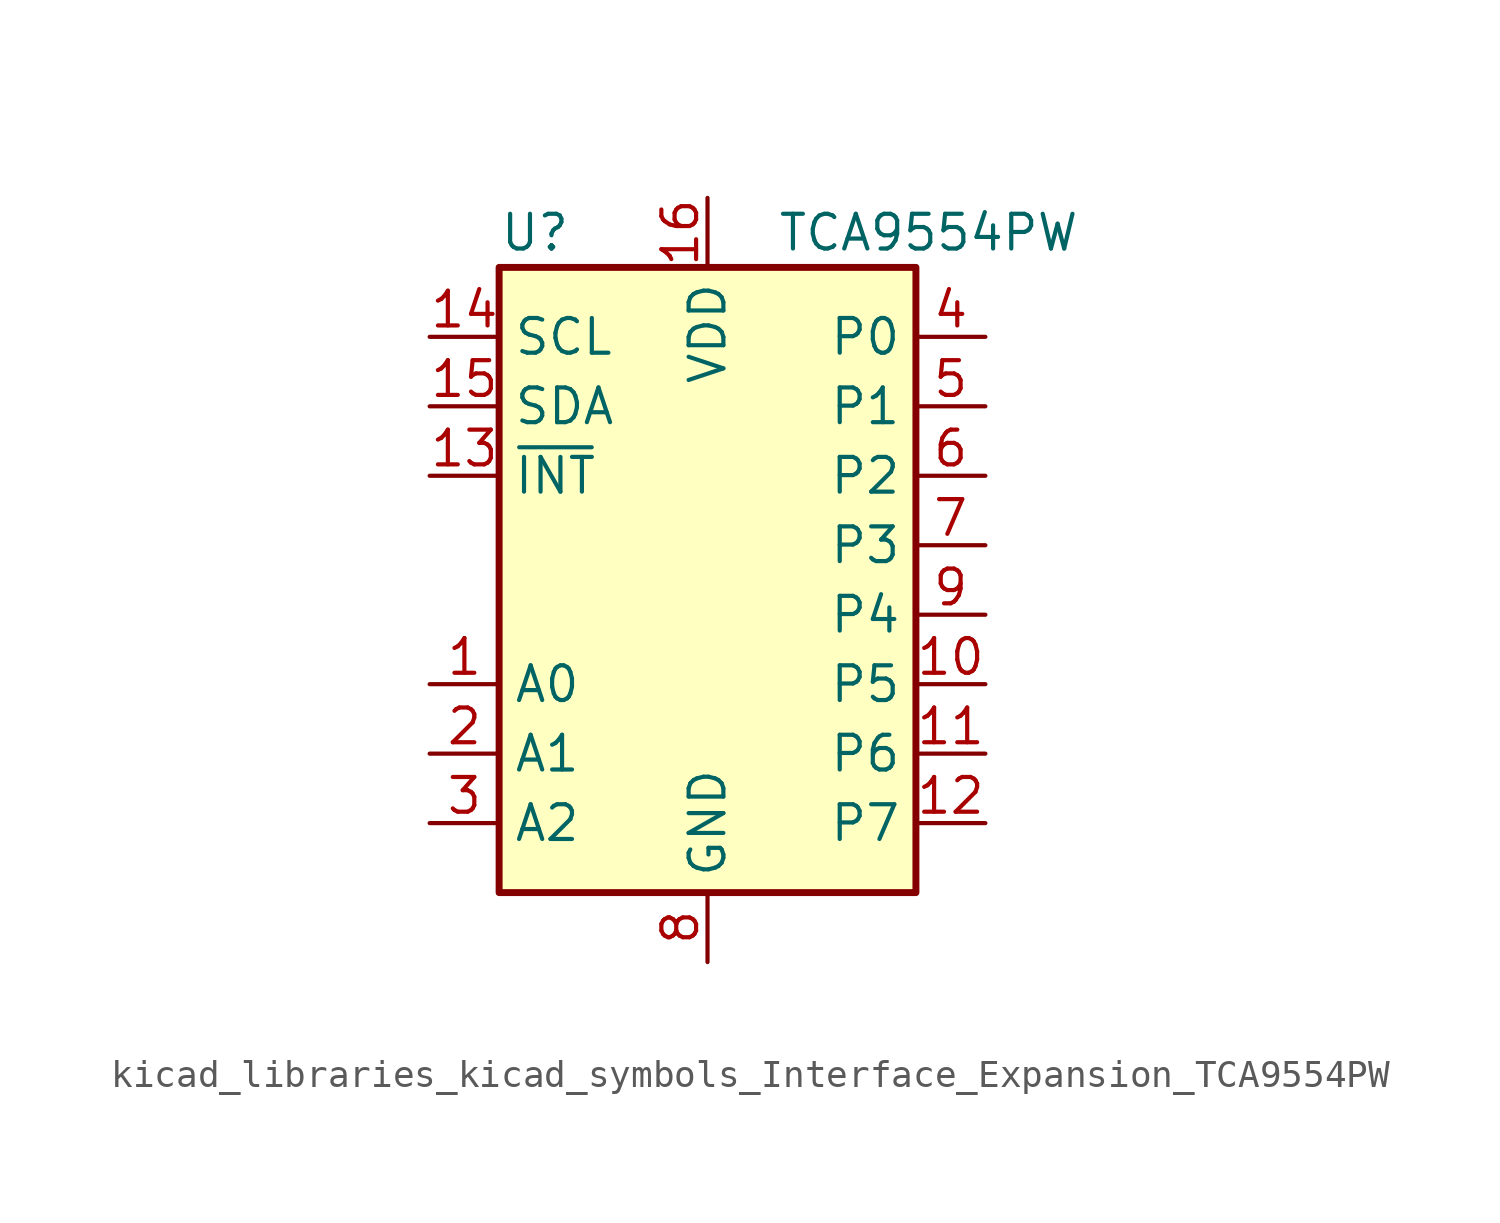
<source format=kicad_sym>
(kicad_symbol_lib
  (version 20220914)
  (generator kicad_symbol_editor)
  (symbol "kicad_libraries_kicad_symbols_Interface_Expansion_TCA9554PW"
    (property "Reference" "U"
      (at -7.62 11.43 0)
      (effects (font (size 1.27 1.27)) (justify left)))
    (property "Value" "TCA9554PW"
      (at 2.54 11.43 0)
      (effects (font (size 1.27 1.27)) (justify left)))
    (symbol "kicad_libraries_kicad_symbols_Interface_Expansion_TCA9554PW_0_1"
      (rectangle (start -7.62 -12.7) (end 7.62 10.16) (stroke (width 0.254) (type default)) (fill (type background))))
    (symbol "kicad_libraries_kicad_symbols_Interface_Expansion_TCA9554PW_1_1"
      (pin input line (at -10.16 -5.08 0) (length 2.54) (name "A0" (effects (font (size 1.27 1.27)))) (number "1" (effects (font (size 1.27 1.27)))))
      (pin bidirectional line (at 10.16 -5.08 180) (length 2.54) (name "P5" (effects (font (size 1.27 1.27)))) (number "10" (effects (font (size 1.27 1.27)))))
      (pin bidirectional line (at 10.16 -7.62 180) (length 2.54) (name "P6" (effects (font (size 1.27 1.27)))) (number "11" (effects (font (size 1.27 1.27)))))
      (pin bidirectional line (at 10.16 -10.16 180) (length 2.54) (name "P7" (effects (font (size 1.27 1.27)))) (number "12" (effects (font (size 1.27 1.27)))))
      (pin open_collector line (at -10.16 2.54 0) (length 2.54) (name "~{INT}" (effects (font (size 1.27 1.27)))) (number "13" (effects (font (size 1.27 1.27)))))
      (pin input line (at -10.16 7.62 0) (length 2.54) (name "SCL" (effects (font (size 1.27 1.27)))) (number "14" (effects (font (size 1.27 1.27)))))
      (pin bidirectional line (at -10.16 5.08 0) (length 2.54) (name "SDA" (effects (font (size 1.27 1.27)))) (number "15" (effects (font (size 1.27 1.27)))))
      (pin power_in line (at 0 12.7 270) (length 2.54) (name "VDD" (effects (font (size 1.27 1.27)))) (number "16" (effects (font (size 1.27 1.27)))))
      (pin input line (at -10.16 -7.62 0) (length 2.54) (name "A1" (effects (font (size 1.27 1.27)))) (number "2" (effects (font (size 1.27 1.27)))))
      (pin input line (at -10.16 -10.16 0) (length 2.54) (name "A2" (effects (font (size 1.27 1.27)))) (number "3" (effects (font (size 1.27 1.27)))))
      (pin bidirectional line (at 10.16 7.62 180) (length 2.54) (name "P0" (effects (font (size 1.27 1.27)))) (number "4" (effects (font (size 1.27 1.27)))))
      (pin bidirectional line (at 10.16 5.08 180) (length 2.54) (name "P1" (effects (font (size 1.27 1.27)))) (number "5" (effects (font (size 1.27 1.27)))))
      (pin bidirectional line (at 10.16 2.54 180) (length 2.54) (name "P2" (effects (font (size 1.27 1.27)))) (number "6" (effects (font (size 1.27 1.27)))))
      (pin bidirectional line (at 10.16 0 180) (length 2.54) (name "P3" (effects (font (size 1.27 1.27)))) (number "7" (effects (font (size 1.27 1.27)))))
      (pin power_in line (at 0 -15.24 90) (length 2.54) (name "GND" (effects (font (size 1.27 1.27)))) (number "8" (effects (font (size 1.27 1.27)))))
      (pin bidirectional line (at 10.16 -2.54 180) (length 2.54) (name "P4" (effects (font (size 1.27 1.27)))) (number "9" (effects (font (size 1.27 1.27))))))))
</source>
